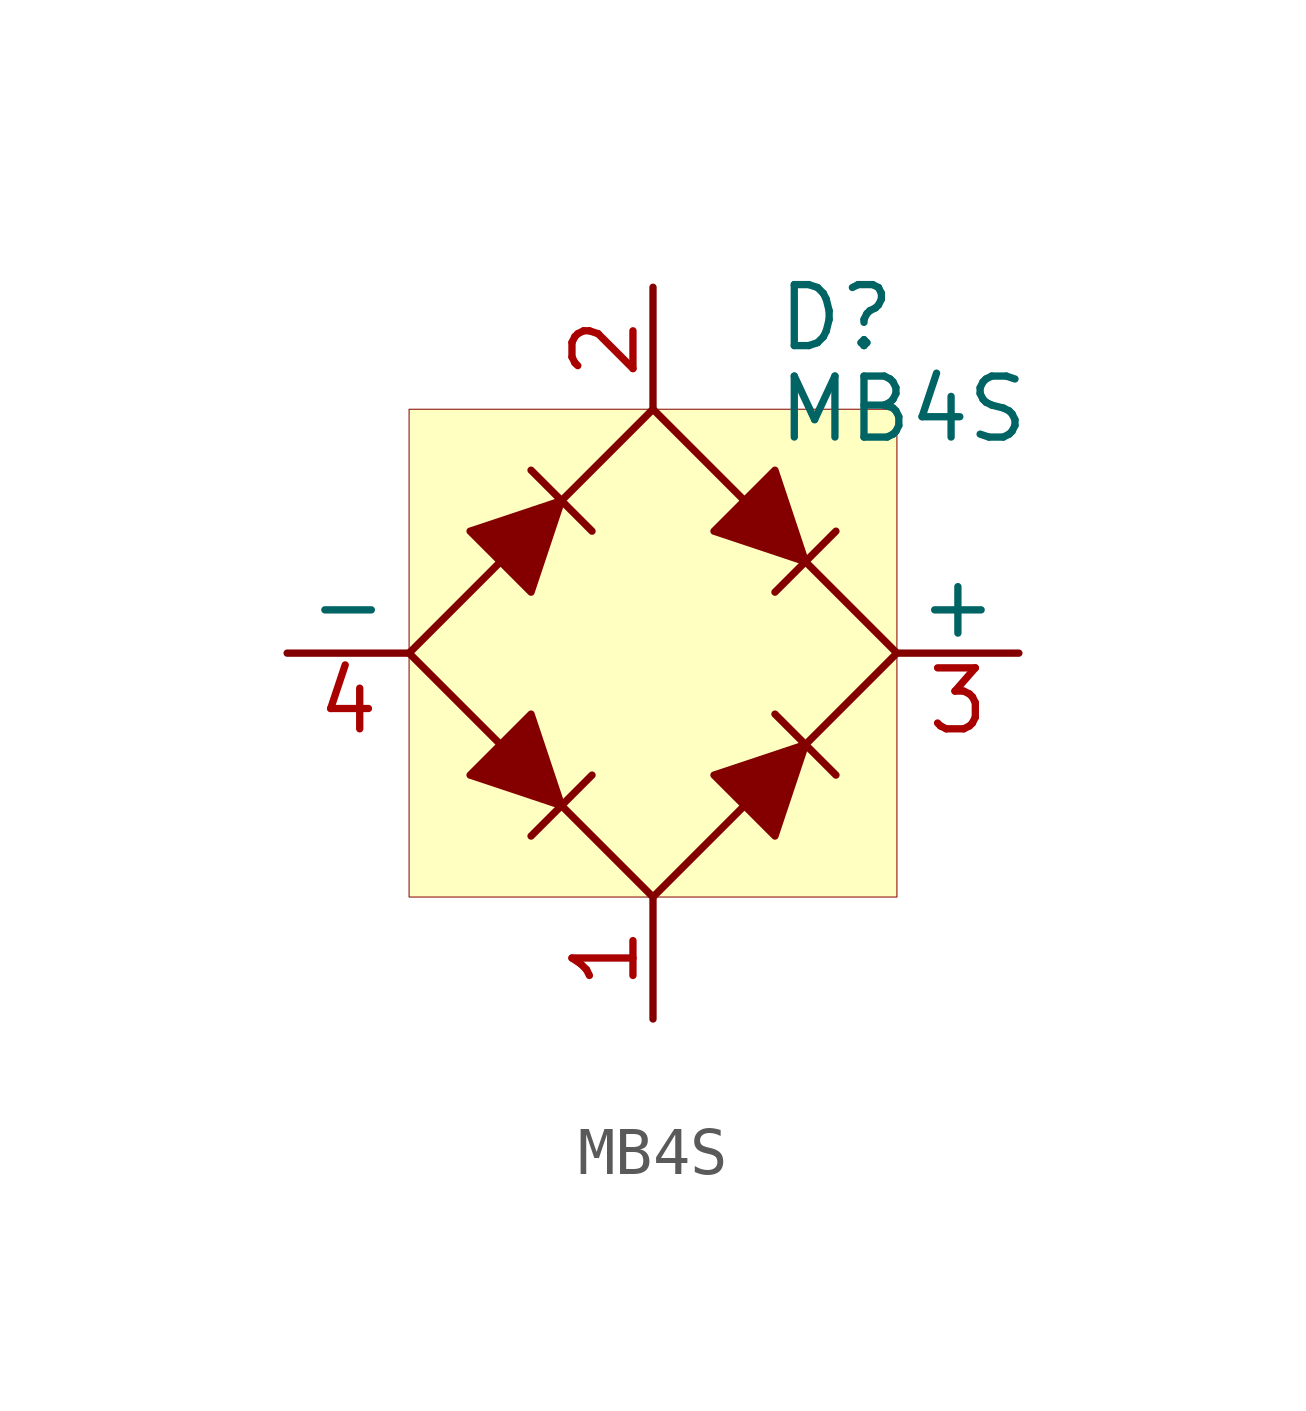
<source format=kicad_sym>
(kicad_symbol_lib
  (version 20231120)
  (generator "kicad_symbol_editor")
  (generator_version "8.0")
  (symbol "MB4S"
    (pin_names
      (offset 0))
    (property "Reference" "D"
      (at 2.54 6.985 0)
      (effects (font (size 1.27 1.27)) (justify left)))
    (property "Value" "MB4S"
      (at 2.54 5.08 0)
      (effects (font (size 1.27 1.27)) (justify left)))
    (symbol "MB4S_0_1"
      (polyline (pts (xy -2.54 3.81) (xy -1.27 2.54)) (stroke (width 0) (type default)) (fill (type none)))
      (polyline (pts (xy -1.27 -2.54) (xy -2.54 -3.81)) (stroke (width 0) (type default)) (fill (type none)))
      (polyline (pts (xy 2.54 -1.27) (xy 3.81 -2.54)) (stroke (width 0) (type default)) (fill (type none)))
      (polyline (pts (xy 2.54 1.27) (xy 3.81 2.54)) (stroke (width 0) (type default)) (fill (type none)))
      (polyline (pts (xy -5.08 0) (xy 0 -5.08) (xy 5.08 0) (xy 0 5.08) (xy -5.08 0)) (stroke (width 0) (type default)) (fill (type none))))
    (symbol "MB4S_1_1"
      (rectangle (start -5.08 5.08) (end 5.08 -5.08) (stroke (width 0.003) (type default)) (fill (type background)))
      (polyline (pts (xy -3.81 2.54) (xy -2.54 1.27) (xy -1.905 3.175) (xy -3.81 2.54)) (stroke (width 0) (type default)) (fill (type outline)))
      (polyline (pts (xy -2.54 -1.27) (xy -3.81 -2.54) (xy -1.905 -3.175) (xy -2.54 -1.27)) (stroke (width 0) (type default)) (fill (type outline)))
      (polyline (pts (xy 1.27 2.54) (xy 2.54 3.81) (xy 3.175 1.905) (xy 1.27 2.54)) (stroke (width 0) (type default)) (fill (type outline)))
      (polyline (pts (xy 3.175 -1.905) (xy 1.27 -2.54) (xy 2.54 -3.81) (xy 3.175 -1.905)) (stroke (width 0) (type default)) (fill (type outline)))
      (pin passive line (at 0 -7.62 90) (length 2.54) (name "~" (effects (font (size 1.27 1.27)))) (number "1" (effects (font (size 1.27 1.27)))))
      (pin passive line (at 0 7.62 270) (length 2.54) (name "~" (effects (font (size 1.27 1.27)))) (number "2" (effects (font (size 1.27 1.27)))))
      (pin passive line (at 7.62 0 180) (length 2.54) (name "+" (effects (font (size 1.27 1.27)))) (number "3" (effects (font (size 1.27 1.27)))))
      (pin passive line (at -7.62 0 0) (length 2.54) (name "-" (effects (font (size 1.27 1.27)))) (number "4" (effects (font (size 1.27 1.27))))))))
</source>
